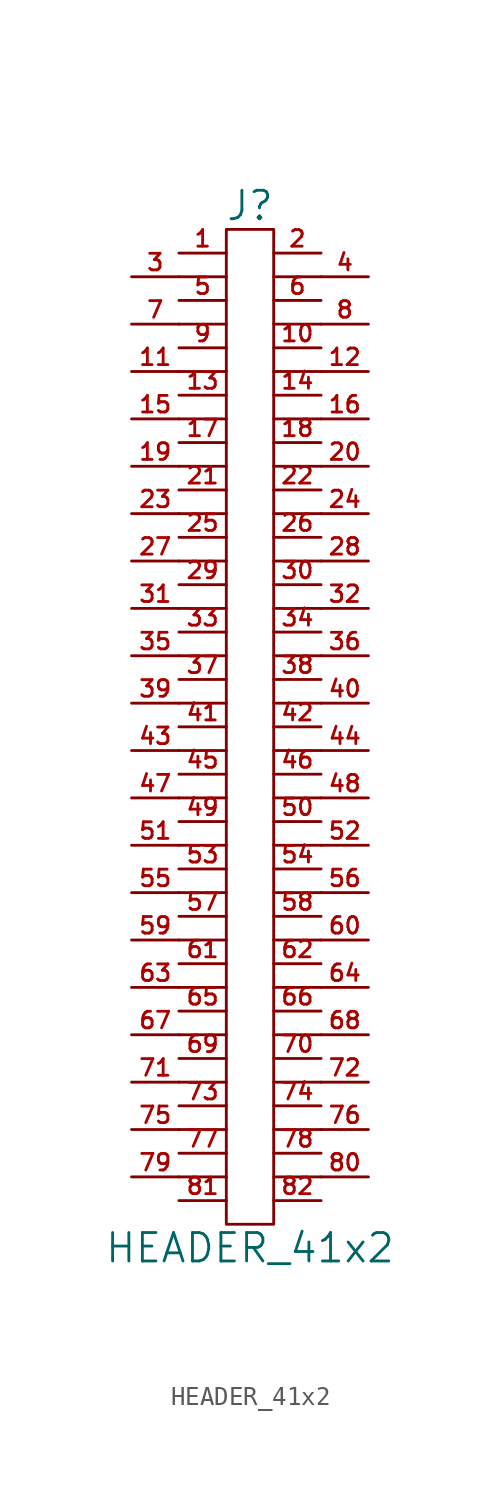
<source format=kicad_sym>
(kicad_symbol_lib
  (version 20211014)
  (generator kicad_symbol_editor)
  (symbol "HEADER_41x2"
    (pin_names
      (offset 0))
    (property "Reference" "J"
      (at 0 27.94 0)
      (effects (font (size 1.524 1.524))))
    (property "Value" "HEADER_41x2"
      (at 0 -27.94 0)
      (effects (font (size 1.524 1.524))))
    (property "Footprint" ""
      (at 0 1.27 0)
      (effects (font (size 1.524 1.524))))
    (property "Datasheet" ""
      (at 0 1.27 0)
      (effects (font (size 1.524 1.524))))
    (symbol "HEADER_41x2_0_1"
      (polyline (pts (xy -3.81 -24.13) (xy -1.27 -24.13)) (stroke (width 0) (type default) (color 0 0 0 0)) (fill (type none)))
      (polyline (pts (xy -3.81 -21.59) (xy -1.27 -21.59)) (stroke (width 0) (type default) (color 0 0 0 0)) (fill (type none)))
      (polyline (pts (xy -3.81 -19.05) (xy -1.27 -19.05)) (stroke (width 0) (type default) (color 0 0 0 0)) (fill (type none)))
      (polyline (pts (xy -3.81 -16.51) (xy -1.27 -16.51)) (stroke (width 0) (type default) (color 0 0 0 0)) (fill (type none)))
      (polyline (pts (xy -3.81 -13.97) (xy -1.27 -13.97)) (stroke (width 0) (type default) (color 0 0 0 0)) (fill (type none)))
      (polyline (pts (xy -3.81 -11.43) (xy -1.27 -11.43)) (stroke (width 0) (type default) (color 0 0 0 0)) (fill (type none)))
      (polyline (pts (xy -3.81 -8.89) (xy -1.27 -8.89)) (stroke (width 0) (type default) (color 0 0 0 0)) (fill (type none)))
      (polyline (pts (xy -3.81 -6.35) (xy -1.27 -6.35)) (stroke (width 0) (type default) (color 0 0 0 0)) (fill (type none)))
      (polyline (pts (xy -3.81 -3.81) (xy -1.27 -3.81)) (stroke (width 0) (type default) (color 0 0 0 0)) (fill (type none)))
      (polyline (pts (xy -3.81 -1.27) (xy -1.27 -1.27)) (stroke (width 0) (type default) (color 0 0 0 0)) (fill (type none)))
      (polyline (pts (xy -3.81 1.27) (xy -1.27 1.27)) (stroke (width 0) (type default) (color 0 0 0 0)) (fill (type none)))
      (polyline (pts (xy -3.81 3.81) (xy -1.27 3.81)) (stroke (width 0) (type default) (color 0 0 0 0)) (fill (type none)))
      (polyline (pts (xy -3.81 6.35) (xy -1.27 6.35)) (stroke (width 0) (type default) (color 0 0 0 0)) (fill (type none)))
      (polyline (pts (xy -3.81 8.89) (xy -1.27 8.89)) (stroke (width 0) (type default) (color 0 0 0 0)) (fill (type none)))
      (polyline (pts (xy -3.81 11.43) (xy -1.27 11.43)) (stroke (width 0) (type default) (color 0 0 0 0)) (fill (type none)))
      (polyline (pts (xy -3.81 13.97) (xy -1.27 13.97)) (stroke (width 0) (type default) (color 0 0 0 0)) (fill (type none)))
      (polyline (pts (xy -3.81 16.51) (xy -1.27 16.51)) (stroke (width 0) (type default) (color 0 0 0 0)) (fill (type none)))
      (polyline (pts (xy -3.81 19.05) (xy -1.27 19.05)) (stroke (width 0) (type default) (color 0 0 0 0)) (fill (type none)))
      (polyline (pts (xy -3.81 21.59) (xy -1.27 21.59)) (stroke (width 0) (type default) (color 0 0 0 0)) (fill (type none)))
      (polyline (pts (xy -3.81 24.13) (xy -1.27 24.13)) (stroke (width 0) (type default) (color 0 0 0 0)) (fill (type none)))
      (polyline (pts (xy 1.27 -24.13) (xy 3.81 -24.13)) (stroke (width 0) (type default) (color 0 0 0 0)) (fill (type none)))
      (polyline (pts (xy 1.27 -21.59) (xy 3.81 -21.59)) (stroke (width 0) (type default) (color 0 0 0 0)) (fill (type none)))
      (polyline (pts (xy 1.27 -19.05) (xy 3.81 -19.05)) (stroke (width 0) (type default) (color 0 0 0 0)) (fill (type none)))
      (polyline (pts (xy 1.27 -16.51) (xy 3.81 -16.51)) (stroke (width 0) (type default) (color 0 0 0 0)) (fill (type none)))
      (polyline (pts (xy 1.27 -13.97) (xy 3.81 -13.97)) (stroke (width 0) (type default) (color 0 0 0 0)) (fill (type none)))
      (polyline (pts (xy 1.27 -11.43) (xy 3.81 -11.43)) (stroke (width 0) (type default) (color 0 0 0 0)) (fill (type none)))
      (polyline (pts (xy 1.27 -8.89) (xy 3.81 -8.89)) (stroke (width 0) (type default) (color 0 0 0 0)) (fill (type none)))
      (polyline (pts (xy 1.27 -6.35) (xy 3.81 -6.35)) (stroke (width 0) (type default) (color 0 0 0 0)) (fill (type none)))
      (polyline (pts (xy 1.27 -3.81) (xy 3.81 -3.81)) (stroke (width 0) (type default) (color 0 0 0 0)) (fill (type none)))
      (polyline (pts (xy 1.27 -1.27) (xy 3.81 -1.27)) (stroke (width 0) (type default) (color 0 0 0 0)) (fill (type none)))
      (polyline (pts (xy 1.27 1.27) (xy 3.81 1.27)) (stroke (width 0) (type default) (color 0 0 0 0)) (fill (type none)))
      (polyline (pts (xy 1.27 3.81) (xy 3.81 3.81)) (stroke (width 0) (type default) (color 0 0 0 0)) (fill (type none)))
      (polyline (pts (xy 1.27 6.35) (xy 3.81 6.35)) (stroke (width 0) (type default) (color 0 0 0 0)) (fill (type none)))
      (polyline (pts (xy 1.27 8.89) (xy 3.81 8.89)) (stroke (width 0) (type default) (color 0 0 0 0)) (fill (type none)))
      (polyline (pts (xy 1.27 11.43) (xy 3.81 11.43)) (stroke (width 0) (type default) (color 0 0 0 0)) (fill (type none)))
      (polyline (pts (xy 1.27 13.97) (xy 3.81 13.97)) (stroke (width 0) (type default) (color 0 0 0 0)) (fill (type none)))
      (polyline (pts (xy 1.27 16.51) (xy 3.81 16.51)) (stroke (width 0) (type default) (color 0 0 0 0)) (fill (type none)))
      (polyline (pts (xy 1.27 19.05) (xy 3.81 19.05)) (stroke (width 0) (type default) (color 0 0 0 0)) (fill (type none)))
      (polyline (pts (xy 1.27 21.59) (xy 3.81 21.59)) (stroke (width 0) (type default) (color 0 0 0 0)) (fill (type none)))
      (polyline (pts (xy 1.27 24.13) (xy 3.81 24.13)) (stroke (width 0) (type default) (color 0 0 0 0)) (fill (type none)))
      (rectangle (start 1.27 -26.67) (end -1.27 26.67) (stroke (width 0) (type default) (color 0 0 0 0)) (fill (type none))))
    (symbol "HEADER_41x2_1_1"
      (pin passive line (at -3.81 25.4 0) (length 2.54) (name "~" (effects (font (size 1.27 1.27)))) (number "1" (effects (font (size 0.889 0.889)))))
      (pin passive line (at 3.81 20.32 180) (length 2.54) (name "~" (effects (font (size 1.27 1.27)))) (number "10" (effects (font (size 0.889 0.889)))))
      (pin passive line (at -6.35 19.05 0) (length 2.54) (name "~" (effects (font (size 1.27 1.27)))) (number "11" (effects (font (size 0.889 0.889)))))
      (pin passive line (at 6.35 19.05 180) (length 2.54) (name "~" (effects (font (size 1.27 1.27)))) (number "12" (effects (font (size 0.889 0.889)))))
      (pin passive line (at -3.81 17.78 0) (length 2.54) (name "~" (effects (font (size 1.27 1.27)))) (number "13" (effects (font (size 0.889 0.889)))))
      (pin passive line (at 3.81 17.78 180) (length 2.54) (name "~" (effects (font (size 1.27 1.27)))) (number "14" (effects (font (size 0.889 0.889)))))
      (pin passive line (at -6.35 16.51 0) (length 2.54) (name "~" (effects (font (size 1.27 1.27)))) (number "15" (effects (font (size 0.889 0.889)))))
      (pin passive line (at 6.35 16.51 180) (length 2.54) (name "~" (effects (font (size 1.27 1.27)))) (number "16" (effects (font (size 0.889 0.889)))))
      (pin passive line (at -3.81 15.24 0) (length 2.54) (name "~" (effects (font (size 1.27 1.27)))) (number "17" (effects (font (size 0.889 0.889)))))
      (pin passive line (at 3.81 15.24 180) (length 2.54) (name "~" (effects (font (size 1.27 1.27)))) (number "18" (effects (font (size 0.889 0.889)))))
      (pin passive line (at -6.35 13.97 0) (length 2.54) (name "~" (effects (font (size 1.27 1.27)))) (number "19" (effects (font (size 0.889 0.889)))))
      (pin passive line (at 3.81 25.4 180) (length 2.54) (name "~" (effects (font (size 1.27 1.27)))) (number "2" (effects (font (size 0.889 0.889)))))
      (pin passive line (at 6.35 13.97 180) (length 2.54) (name "~" (effects (font (size 1.27 1.27)))) (number "20" (effects (font (size 0.889 0.889)))))
      (pin passive line (at -3.81 12.7 0) (length 2.54) (name "~" (effects (font (size 1.27 1.27)))) (number "21" (effects (font (size 0.889 0.889)))))
      (pin passive line (at 3.81 12.7 180) (length 2.54) (name "~" (effects (font (size 1.27 1.27)))) (number "22" (effects (font (size 0.889 0.889)))))
      (pin passive line (at -6.35 11.43 0) (length 2.54) (name "~" (effects (font (size 1.27 1.27)))) (number "23" (effects (font (size 0.889 0.889)))))
      (pin passive line (at 6.35 11.43 180) (length 2.54) (name "~" (effects (font (size 1.27 1.27)))) (number "24" (effects (font (size 0.889 0.889)))))
      (pin passive line (at -3.81 10.16 0) (length 2.54) (name "~" (effects (font (size 1.27 1.27)))) (number "25" (effects (font (size 0.889 0.889)))))
      (pin passive line (at 3.81 10.16 180) (length 2.54) (name "~" (effects (font (size 1.27 1.27)))) (number "26" (effects (font (size 0.889 0.889)))))
      (pin passive line (at -6.35 8.89 0) (length 2.54) (name "~" (effects (font (size 1.27 1.27)))) (number "27" (effects (font (size 0.889 0.889)))))
      (pin passive line (at 6.35 8.89 180) (length 2.54) (name "~" (effects (font (size 1.27 1.27)))) (number "28" (effects (font (size 0.889 0.889)))))
      (pin passive line (at -3.81 7.62 0) (length 2.54) (name "~" (effects (font (size 1.27 1.27)))) (number "29" (effects (font (size 0.889 0.889)))))
      (pin passive line (at -6.35 24.13 0) (length 2.54) (name "~" (effects (font (size 1.27 1.27)))) (number "3" (effects (font (size 0.889 0.889)))))
      (pin passive line (at 3.81 7.62 180) (length 2.54) (name "~" (effects (font (size 1.27 1.27)))) (number "30" (effects (font (size 0.889 0.889)))))
      (pin passive line (at -6.35 6.35 0) (length 2.54) (name "~" (effects (font (size 1.27 1.27)))) (number "31" (effects (font (size 0.889 0.889)))))
      (pin passive line (at 6.35 6.35 180) (length 2.54) (name "~" (effects (font (size 1.27 1.27)))) (number "32" (effects (font (size 0.889 0.889)))))
      (pin passive line (at -3.81 5.08 0) (length 2.54) (name "~" (effects (font (size 1.27 1.27)))) (number "33" (effects (font (size 0.889 0.889)))))
      (pin passive line (at 3.81 5.08 180) (length 2.54) (name "~" (effects (font (size 1.27 1.27)))) (number "34" (effects (font (size 0.889 0.889)))))
      (pin passive line (at -6.35 3.81 0) (length 2.54) (name "~" (effects (font (size 1.27 1.27)))) (number "35" (effects (font (size 0.889 0.889)))))
      (pin passive line (at 6.35 3.81 180) (length 2.54) (name "~" (effects (font (size 1.27 1.27)))) (number "36" (effects (font (size 0.889 0.889)))))
      (pin passive line (at -3.81 2.54 0) (length 2.54) (name "~" (effects (font (size 0.889 0.889)))) (number "37" (effects (font (size 0.889 0.889)))))
      (pin passive line (at 3.81 2.54 180) (length 2.54) (name "~" (effects (font (size 1.27 1.27)))) (number "38" (effects (font (size 0.889 0.889)))))
      (pin passive line (at -6.35 1.27 0) (length 2.54) (name "~" (effects (font (size 1.27 1.27)))) (number "39" (effects (font (size 0.889 0.889)))))
      (pin passive line (at 6.35 24.13 180) (length 2.54) (name "~" (effects (font (size 1.27 1.27)))) (number "4" (effects (font (size 0.889 0.889)))))
      (pin passive line (at 6.35 1.27 180) (length 2.54) (name "~" (effects (font (size 1.27 1.27)))) (number "40" (effects (font (size 0.889 0.889)))))
      (pin passive line (at -3.81 0 0) (length 2.54) (name "~" (effects (font (size 1.27 1.27)))) (number "41" (effects (font (size 0.889 0.889)))))
      (pin passive line (at 3.81 0 180) (length 2.54) (name "~" (effects (font (size 1.27 1.27)))) (number "42" (effects (font (size 0.889 0.889)))))
      (pin passive line (at -6.35 -1.27 0) (length 2.54) (name "~" (effects (font (size 1.27 1.27)))) (number "43" (effects (font (size 0.889 0.889)))))
      (pin passive line (at 6.35 -1.27 180) (length 2.54) (name "~" (effects (font (size 1.27 1.27)))) (number "44" (effects (font (size 0.889 0.889)))))
      (pin passive line (at -3.81 -2.54 0) (length 2.54) (name "~" (effects (font (size 1.27 1.27)))) (number "45" (effects (font (size 0.889 0.889)))))
      (pin passive line (at 3.81 -2.54 180) (length 2.54) (name "~" (effects (font (size 1.27 1.27)))) (number "46" (effects (font (size 0.889 0.889)))))
      (pin passive line (at -6.35 -3.81 0) (length 2.54) (name "~" (effects (font (size 1.27 1.27)))) (number "47" (effects (font (size 0.889 0.889)))))
      (pin passive line (at 6.35 -3.81 180) (length 2.54) (name "~" (effects (font (size 1.27 1.27)))) (number "48" (effects (font (size 0.889 0.889)))))
      (pin passive line (at -3.81 -5.08 0) (length 2.54) (name "~" (effects (font (size 1.27 1.27)))) (number "49" (effects (font (size 0.889 0.889)))))
      (pin passive line (at -3.81 22.86 0) (length 2.54) (name "~" (effects (font (size 1.27 1.27)))) (number "5" (effects (font (size 0.889 0.889)))))
      (pin passive line (at 3.81 -5.08 180) (length 2.54) (name "~" (effects (font (size 1.27 1.27)))) (number "50" (effects (font (size 0.889 0.889)))))
      (pin passive line (at -6.35 -6.35 0) (length 2.54) (name "~" (effects (font (size 1.27 1.27)))) (number "51" (effects (font (size 0.889 0.889)))))
      (pin passive line (at 6.35 -6.35 180) (length 2.54) (name "~" (effects (font (size 1.27 1.27)))) (number "52" (effects (font (size 0.889 0.889)))))
      (pin passive line (at -3.81 -7.62 0) (length 2.54) (name "~" (effects (font (size 1.27 1.27)))) (number "53" (effects (font (size 0.889 0.889)))))
      (pin passive line (at 3.81 -7.62 180) (length 2.54) (name "~" (effects (font (size 1.27 1.27)))) (number "54" (effects (font (size 0.889 0.889)))))
      (pin passive line (at -6.35 -8.89 0) (length 2.54) (name "~" (effects (font (size 1.27 1.27)))) (number "55" (effects (font (size 0.889 0.889)))))
      (pin passive line (at 6.35 -8.89 180) (length 2.54) (name "~" (effects (font (size 1.27 1.27)))) (number "56" (effects (font (size 0.889 0.889)))))
      (pin passive line (at -3.81 -10.16 0) (length 2.54) (name "~" (effects (font (size 1.27 1.27)))) (number "57" (effects (font (size 0.889 0.889)))))
      (pin passive line (at 3.81 -10.16 180) (length 2.54) (name "~" (effects (font (size 1.27 1.27)))) (number "58" (effects (font (size 0.889 0.889)))))
      (pin passive line (at -6.35 -11.43 0) (length 2.54) (name "~" (effects (font (size 1.27 1.27)))) (number "59" (effects (font (size 0.889 0.889)))))
      (pin passive line (at 3.81 22.86 180) (length 2.54) (name "~" (effects (font (size 1.27 1.27)))) (number "6" (effects (font (size 0.889 0.889)))))
      (pin passive line (at 6.35 -11.43 180) (length 2.54) (name "~" (effects (font (size 1.27 1.27)))) (number "60" (effects (font (size 0.889 0.889)))))
      (pin passive line (at -3.81 -12.7 0) (length 2.54) (name "~" (effects (font (size 1.27 1.27)))) (number "61" (effects (font (size 0.889 0.889)))))
      (pin passive line (at 3.81 -12.7 180) (length 2.54) (name "~" (effects (font (size 1.27 1.27)))) (number "62" (effects (font (size 0.889 0.889)))))
      (pin passive line (at -6.35 -13.97 0) (length 2.54) (name "~" (effects (font (size 1.27 1.27)))) (number "63" (effects (font (size 0.889 0.889)))))
      (pin passive line (at 6.35 -13.97 180) (length 2.54) (name "~" (effects (font (size 1.27 1.27)))) (number "64" (effects (font (size 0.889 0.889)))))
      (pin passive line (at -3.81 -15.24 0) (length 2.54) (name "~" (effects (font (size 1.27 1.27)))) (number "65" (effects (font (size 0.889 0.889)))))
      (pin passive line (at 3.81 -15.24 180) (length 2.54) (name "~" (effects (font (size 1.27 1.27)))) (number "66" (effects (font (size 0.889 0.889)))))
      (pin passive line (at -6.35 -16.51 0) (length 2.54) (name "~" (effects (font (size 1.27 1.27)))) (number "67" (effects (font (size 0.889 0.889)))))
      (pin passive line (at 6.35 -16.51 180) (length 2.54) (name "~" (effects (font (size 1.27 1.27)))) (number "68" (effects (font (size 0.889 0.889)))))
      (pin passive line (at -3.81 -17.78 0) (length 2.54) (name "~" (effects (font (size 1.27 1.27)))) (number "69" (effects (font (size 0.889 0.889)))))
      (pin passive line (at -6.35 21.59 0) (length 2.54) (name "~" (effects (font (size 1.27 1.27)))) (number "7" (effects (font (size 0.889 0.889)))))
      (pin passive line (at 3.81 -17.78 180) (length 2.54) (name "~" (effects (font (size 1.27 1.27)))) (number "70" (effects (font (size 0.889 0.889)))))
      (pin passive line (at -6.35 -19.05 0) (length 2.54) (name "~" (effects (font (size 1.27 1.27)))) (number "71" (effects (font (size 0.889 0.889)))))
      (pin passive line (at 6.35 -19.05 180) (length 2.54) (name "~" (effects (font (size 1.27 1.27)))) (number "72" (effects (font (size 0.889 0.889)))))
      (pin passive line (at -3.81 -20.32 0) (length 2.54) (name "~" (effects (font (size 1.27 1.27)))) (number "73" (effects (font (size 0.889 0.889)))))
      (pin passive line (at 3.81 -20.32 180) (length 2.54) (name "~" (effects (font (size 1.27 1.27)))) (number "74" (effects (font (size 0.889 0.889)))))
      (pin passive line (at -6.35 -21.59 0) (length 2.54) (name "~" (effects (font (size 1.27 1.27)))) (number "75" (effects (font (size 0.889 0.889)))))
      (pin passive line (at 6.35 -21.59 180) (length 2.54) (name "~" (effects (font (size 1.27 1.27)))) (number "76" (effects (font (size 0.889 0.889)))))
      (pin passive line (at -3.81 -22.86 0) (length 2.54) (name "~" (effects (font (size 1.27 1.27)))) (number "77" (effects (font (size 0.889 0.889)))))
      (pin passive line (at 3.81 -22.86 180) (length 2.54) (name "~" (effects (font (size 1.27 1.27)))) (number "78" (effects (font (size 0.889 0.889)))))
      (pin passive line (at -6.35 -24.13 0) (length 2.54) (name "~" (effects (font (size 1.27 1.27)))) (number "79" (effects (font (size 0.889 0.889)))))
      (pin passive line (at 6.35 21.59 180) (length 2.54) (name "~" (effects (font (size 1.27 1.27)))) (number "8" (effects (font (size 0.889 0.889)))))
      (pin passive line (at 6.35 -24.13 180) (length 2.54) (name "~" (effects (font (size 1.27 1.27)))) (number "80" (effects (font (size 0.889 0.889)))))
      (pin passive line (at -3.81 -25.4 0) (length 2.54) (name "~" (effects (font (size 1.27 1.27)))) (number "81" (effects (font (size 0.889 0.889)))))
      (pin passive line (at 3.81 -25.4 180) (length 2.54) (name "~" (effects (font (size 1.27 1.27)))) (number "82" (effects (font (size 0.889 0.889)))))
      (pin passive line (at -3.81 20.32 0) (length 2.54) (name "~" (effects (font (size 1.27 1.27)))) (number "9" (effects (font (size 0.889 0.889))))))))
</source>
